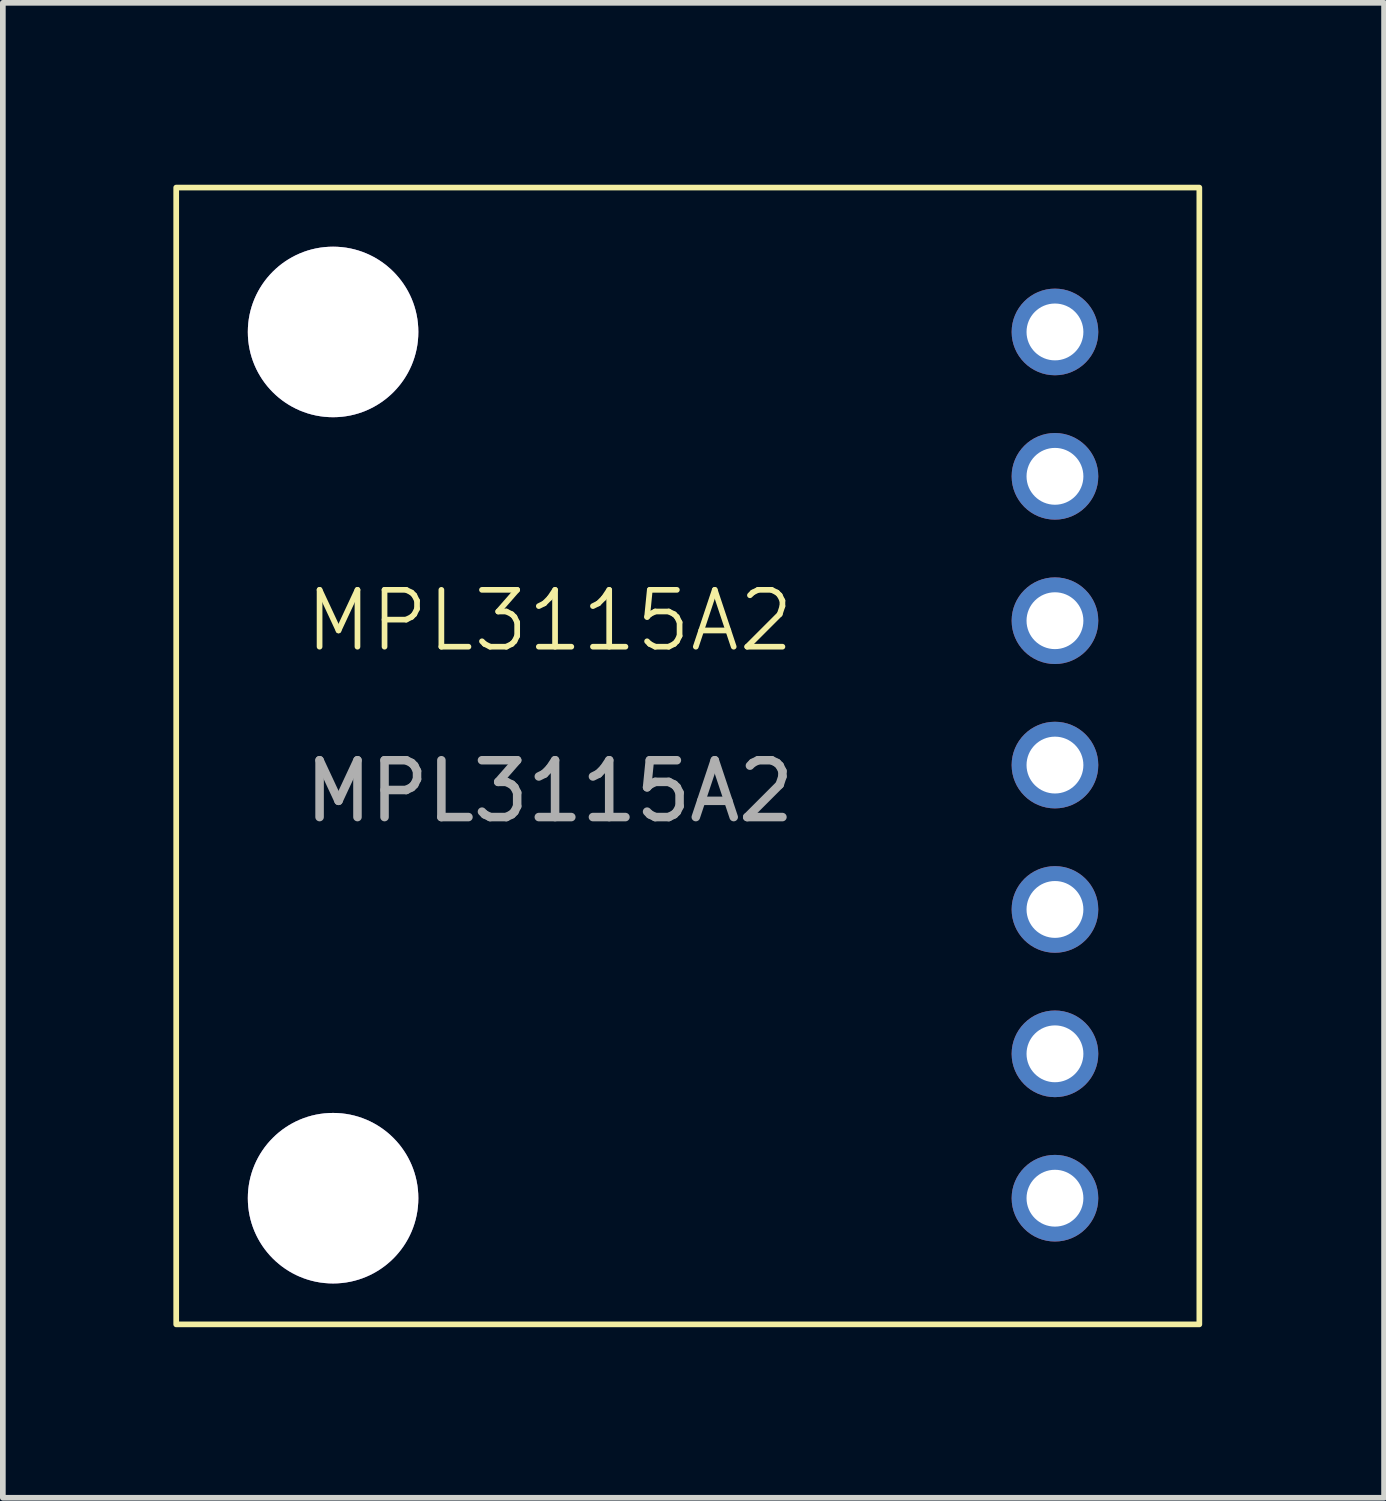
<source format=kicad_pcb>
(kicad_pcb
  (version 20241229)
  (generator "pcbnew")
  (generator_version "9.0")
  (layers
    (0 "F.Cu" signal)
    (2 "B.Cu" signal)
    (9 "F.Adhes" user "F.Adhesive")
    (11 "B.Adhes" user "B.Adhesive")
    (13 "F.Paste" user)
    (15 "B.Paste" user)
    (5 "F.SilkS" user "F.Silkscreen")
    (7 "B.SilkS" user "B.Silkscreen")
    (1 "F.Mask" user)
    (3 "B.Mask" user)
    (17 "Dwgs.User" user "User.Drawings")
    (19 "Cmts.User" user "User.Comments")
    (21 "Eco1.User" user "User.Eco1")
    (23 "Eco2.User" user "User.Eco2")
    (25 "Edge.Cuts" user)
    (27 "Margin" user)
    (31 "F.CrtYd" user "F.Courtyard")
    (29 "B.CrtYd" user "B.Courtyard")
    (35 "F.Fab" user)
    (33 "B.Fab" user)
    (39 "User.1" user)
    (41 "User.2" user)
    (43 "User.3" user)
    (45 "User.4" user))
  (footprint "MPL3115A2"
    (layer "F.Cu")
    (at 18.05 0.25)
    (property "Reference" "MPL3115A2" (at -11.43 7.62 0) (unlocked yes) (layer "F.SilkS") (effects (font (size 1 1) (thickness 0.1))))
    (attr through_hole)
    (fp_rect (start -18 0) (end 0 20) (stroke (width 0.1) (type default)) (fill no) (layer "F.SilkS"))
    (fp_text user "${REFERENCE}" (at -11.43 10.62 0) (unlocked yes) (layer "F.Fab") (effects (font (size 1 1) (thickness 0.15))))
    (pad "1" thru_hole circle (at -2.54 2.54) (size 1.524 1.524) (drill 1) (layers "*.Cu" "*.Mask"))
    (pad "2" thru_hole circle (at -2.54 5.08) (size 1.524 1.524) (drill 1) (layers "*.Cu" "*.Mask"))
    (pad "3" thru_hole circle (at -2.54 7.62) (size 1.524 1.524) (drill 1) (layers "*.Cu" "*.Mask"))
    (pad "4" thru_hole circle (at -2.54 10.16) (size 1.524 1.524) (drill 1) (layers "*.Cu" "*.Mask"))
    (pad "5" thru_hole circle (at -2.54 12.7) (size 1.524 1.524) (drill 1) (layers "*.Cu" "*.Mask"))
    (pad "6" thru_hole circle (at -2.54 15.24) (size 1.524 1.524) (drill 1) (layers "*.Cu" "*.Mask"))
    (pad "7" thru_hole circle (at -2.54 17.78) (size 1.524 1.524) (drill 1) (layers "*.Cu" "*.Mask"))
    (pad "8" thru_hole circle (at -15.24 2.54) (size 3 3) (drill 3) (layers "*.Cu" "*.Mask"))
    (pad "9" thru_hole circle (at -15.24 17.78) (size 3 3) (drill 3) (layers "*.Cu" "*.Mask")))
  (gr_rect
    (start -3 -3)
    (end 21.3 23.3)
    (stroke (width 0.1) (type default))
    (fill no)
    (layer "Edge.Cuts")))
</source>
